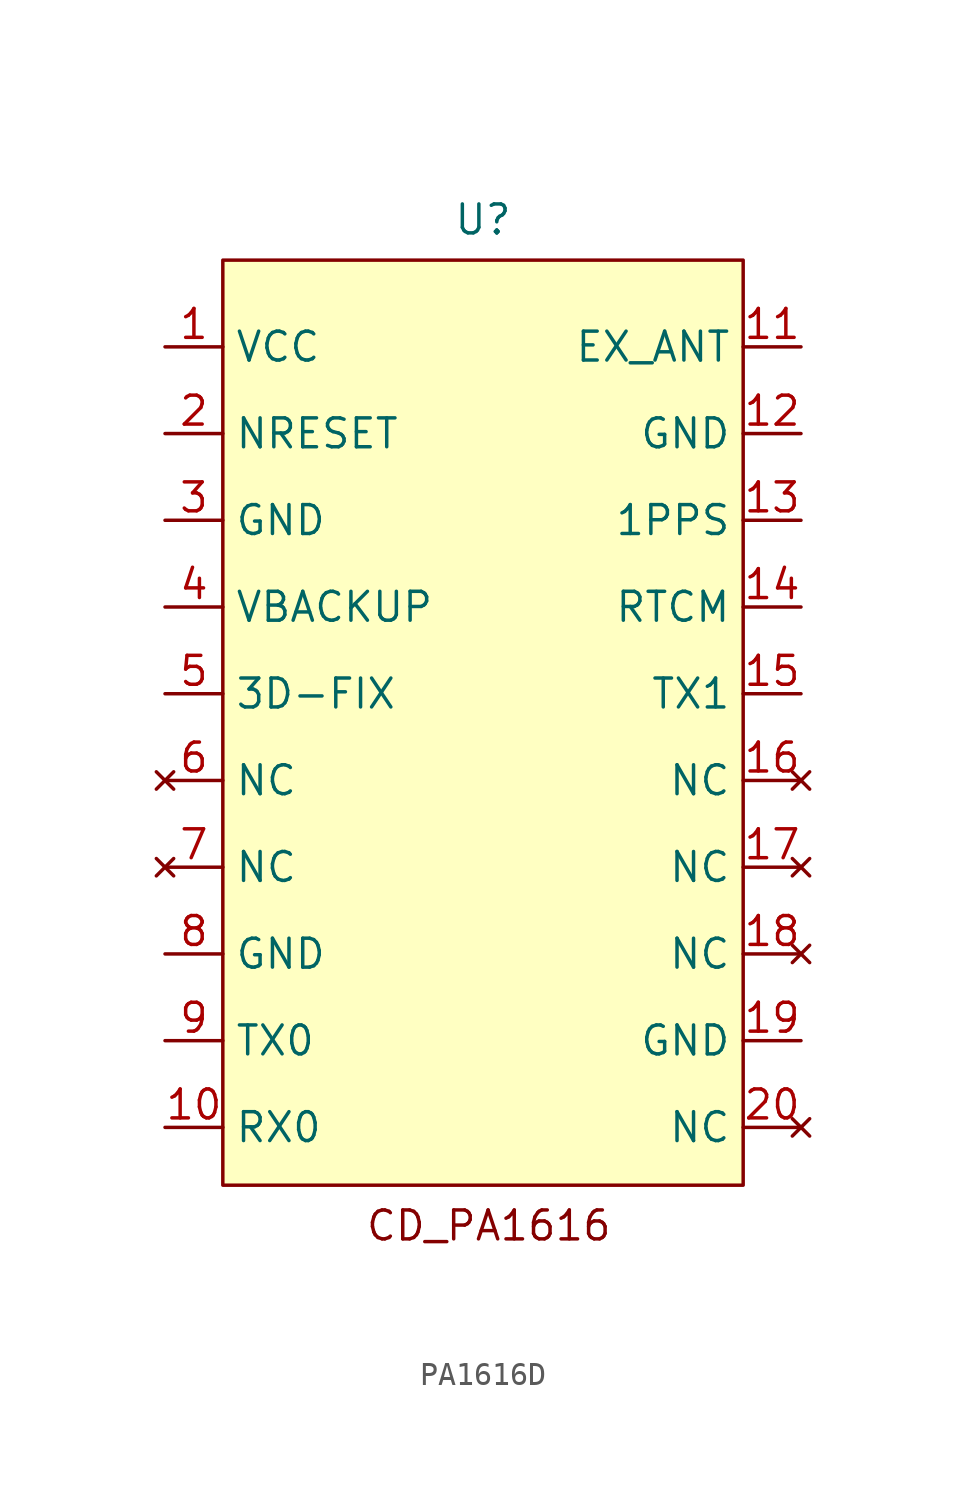
<source format=kicad_sym>
(kicad_symbol_lib
  (version 20231120)
  (generator "kicad_symbol_editor")
  (generator_version "8.0")
  (symbol "PA1616D"
    (property "Reference" "U"
      (at 0 22.098 0)
      (effects (font (size 1.27 1.27))))
    (property "Value" ""
      (at 0 0 0)
      (effects (font (size 1.27 1.27))))
    (symbol "PA1616D_1_1"
      (rectangle (start -11.43 20.32) (end 11.43 -20.32) (stroke (width 0) (type default)) (fill (type background)))
      (text "CD_PA1616" (at 0.254 -22.098 0) (effects (font (size 1.27 1.27))))
      (pin power_in line (at -13.97 16.51 0) (length 2.54) (name "VCC" (effects (font (size 1.27 1.27)))) (number "1" (effects (font (size 1.27 1.27)))))
      (pin input line (at -13.97 -17.78 0) (length 2.54) (name "RX0" (effects (font (size 1.27 1.27)))) (number "10" (effects (font (size 1.27 1.27)))))
      (pin input line (at 13.97 16.51 180) (length 2.54) (name "EX_ANT" (effects (font (size 1.27 1.27)))) (number "11" (effects (font (size 1.27 1.27)))))
      (pin power_in line (at 13.97 12.7 180) (length 2.54) (name "GND" (effects (font (size 1.27 1.27)))) (number "12" (effects (font (size 1.27 1.27)))))
      (pin output line (at 13.97 8.89 180) (length 2.54) (name "1PPS" (effects (font (size 1.27 1.27)))) (number "13" (effects (font (size 1.27 1.27)))))
      (pin input line (at 13.97 5.08 180) (length 2.54) (name "RTCM" (effects (font (size 1.27 1.27)))) (number "14" (effects (font (size 1.27 1.27)))))
      (pin output line (at 13.97 1.27 180) (length 2.54) (name "TX1" (effects (font (size 1.27 1.27)))) (number "15" (effects (font (size 1.27 1.27)))))
      (pin no_connect line (at 13.97 -2.54 180) (length 2.54) (name "NC" (effects (font (size 1.27 1.27)))) (number "16" (effects (font (size 1.27 1.27)))))
      (pin no_connect line (at 13.97 -6.35 180) (length 2.54) (name "NC" (effects (font (size 1.27 1.27)))) (number "17" (effects (font (size 1.27 1.27)))))
      (pin no_connect line (at 13.97 -10.16 180) (length 2.54) (name "NC" (effects (font (size 1.27 1.27)))) (number "18" (effects (font (size 1.27 1.27)))))
      (pin power_in line (at 13.97 -13.97 180) (length 2.54) (name "GND" (effects (font (size 1.27 1.27)))) (number "19" (effects (font (size 1.27 1.27)))))
      (pin input line (at -13.97 12.7 0) (length 2.54) (name "NRESET" (effects (font (size 1.27 1.27)))) (number "2" (effects (font (size 1.27 1.27)))))
      (pin no_connect line (at 13.97 -17.78 180) (length 2.54) (name "NC" (effects (font (size 1.27 1.27)))) (number "20" (effects (font (size 1.27 1.27)))))
      (pin power_in line (at -13.97 8.89 0) (length 2.54) (name "GND" (effects (font (size 1.27 1.27)))) (number "3" (effects (font (size 1.27 1.27)))))
      (pin power_in line (at -13.97 5.08 0) (length 2.54) (name "VBACKUP" (effects (font (size 1.27 1.27)))) (number "4" (effects (font (size 1.27 1.27)))))
      (pin output line (at -13.97 1.27 0) (length 2.54) (name "3D-FIX" (effects (font (size 1.27 1.27)))) (number "5" (effects (font (size 1.27 1.27)))))
      (pin no_connect line (at -13.97 -2.54 0) (length 2.54) (name "NC" (effects (font (size 1.27 1.27)))) (number "6" (effects (font (size 1.27 1.27)))))
      (pin no_connect line (at -13.97 -6.35 0) (length 2.54) (name "NC" (effects (font (size 1.27 1.27)))) (number "7" (effects (font (size 1.27 1.27)))))
      (pin power_in line (at -13.97 -10.16 0) (length 2.54) (name "GND" (effects (font (size 1.27 1.27)))) (number "8" (effects (font (size 1.27 1.27)))))
      (pin output line (at -13.97 -13.97 0) (length 2.54) (name "TX0" (effects (font (size 1.27 1.27)))) (number "9" (effects (font (size 1.27 1.27))))))))
</source>
